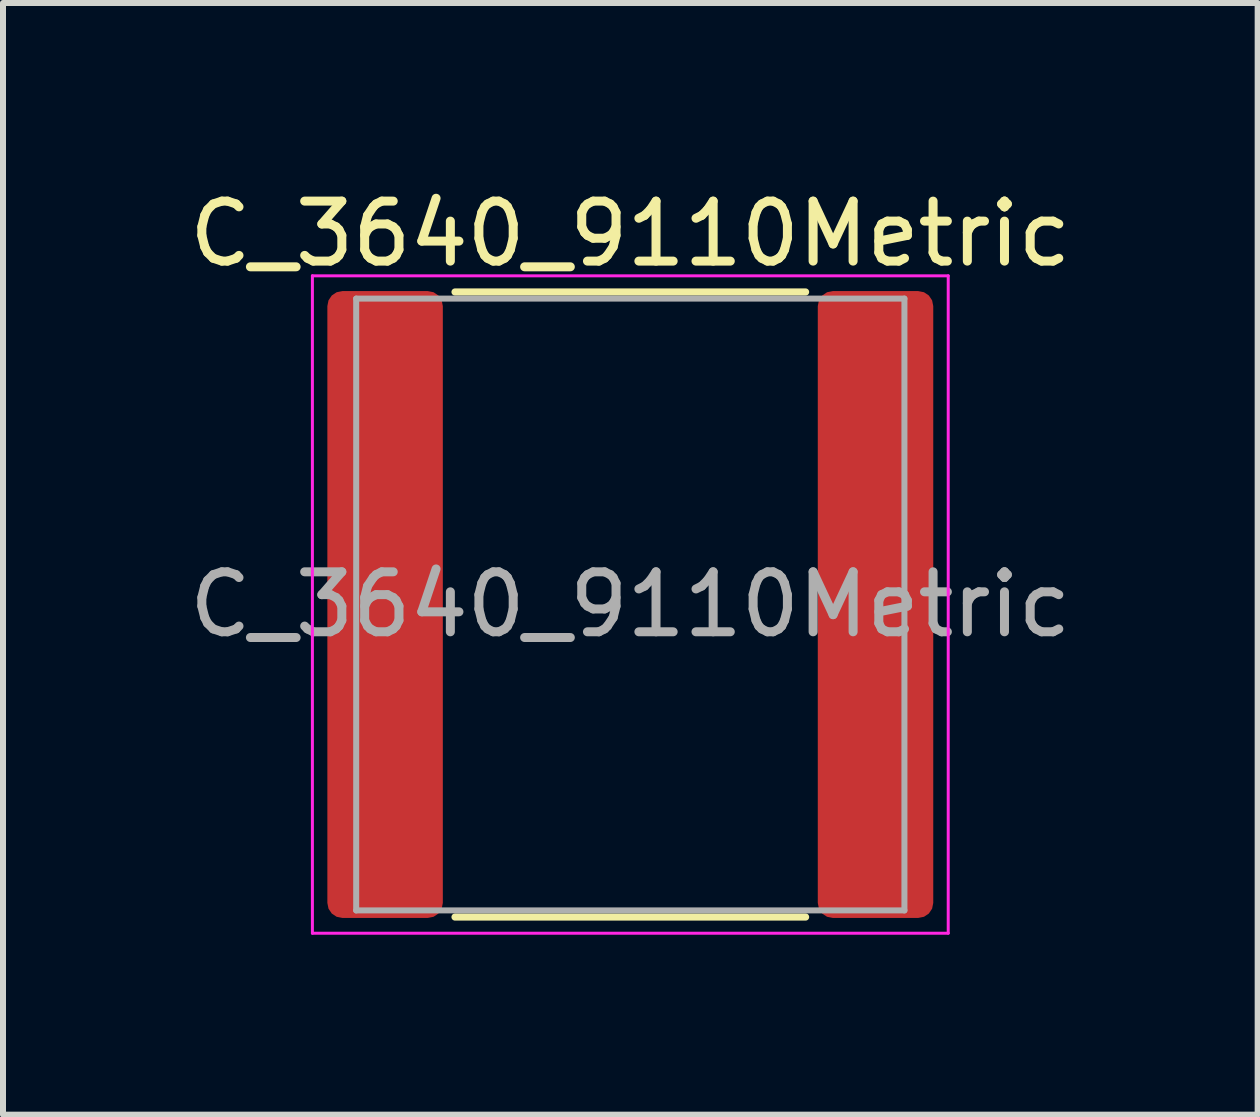
<source format=kicad_pcb>
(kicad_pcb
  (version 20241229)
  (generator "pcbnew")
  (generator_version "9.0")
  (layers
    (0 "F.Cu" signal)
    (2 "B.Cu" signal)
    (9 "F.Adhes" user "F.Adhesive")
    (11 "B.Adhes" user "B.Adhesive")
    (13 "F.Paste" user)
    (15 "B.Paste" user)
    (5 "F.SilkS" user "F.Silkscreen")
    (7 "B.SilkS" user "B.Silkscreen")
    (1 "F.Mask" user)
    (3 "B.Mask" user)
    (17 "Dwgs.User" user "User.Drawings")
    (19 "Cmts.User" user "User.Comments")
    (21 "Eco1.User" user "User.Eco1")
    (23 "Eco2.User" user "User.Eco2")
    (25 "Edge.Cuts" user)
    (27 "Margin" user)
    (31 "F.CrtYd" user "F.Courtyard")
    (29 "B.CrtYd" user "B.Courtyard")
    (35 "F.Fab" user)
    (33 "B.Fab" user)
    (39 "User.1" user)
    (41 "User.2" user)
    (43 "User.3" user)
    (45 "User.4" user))
  (footprint "C_3640_9110Metric"
    (layer "F.Cu")
    (at 7.458 7.028)
    (property "Reference" "C_3640_9110Metric" (at 0 -6.18 0) (layer "F.SilkS") (effects (font (size 1 1) (thickness 0.15))))
    (attr smd)
    (fp_line (start -2.922 -5.21) (end 2.922 -5.21) (stroke (width 0.12) (type solid)) (layer "F.SilkS"))
    (fp_line (start -2.922 5.21) (end 2.922 5.21) (stroke (width 0.12) (type solid)) (layer "F.SilkS"))
    (fp_line (start -5.3 -5.48) (end 5.3 -5.48) (stroke (width 0.05) (type solid)) (layer "F.CrtYd"))
    (fp_line (start -5.3 5.48) (end -5.3 -5.48) (stroke (width 0.05) (type solid)) (layer "F.CrtYd"))
    (fp_line (start 5.3 -5.48) (end 5.3 5.48) (stroke (width 0.05) (type solid)) (layer "F.CrtYd"))
    (fp_line (start 5.3 5.48) (end -5.3 5.48) (stroke (width 0.05) (type solid)) (layer "F.CrtYd"))
    (fp_line (start -4.57 -5.1) (end 4.57 -5.1) (stroke (width 0.1) (type solid)) (layer "F.Fab"))
    (fp_line (start -4.57 5.1) (end -4.57 -5.1) (stroke (width 0.1) (type solid)) (layer "F.Fab"))
    (fp_line (start 4.57 -5.1) (end 4.57 5.1) (stroke (width 0.1) (type solid)) (layer "F.Fab"))
    (fp_line (start 4.57 5.1) (end -4.57 5.1) (stroke (width 0.1) (type solid)) (layer "F.Fab"))
    (fp_text user "${REFERENCE}" (at 0 0 0) (layer "F.Fab") (effects (font (size 1 1) (thickness 0.15))))
    (pad "1" smd roundrect (at -4.088 0) (size 1.925 10.45) (layers "F.Cu" "F.Mask" "F.Paste") (roundrect_rratio 0.13))
    (pad "2" smd roundrect (at 4.088 0) (size 1.925 10.45) (layers "F.Cu" "F.Mask" "F.Paste") (roundrect_rratio 0.13)))
  (gr_rect
    (start -3 -3)
    (end 17.917 15.533)
    (stroke (width 0.1) (type default))
    (fill no)
    (layer "Edge.Cuts")))
</source>
